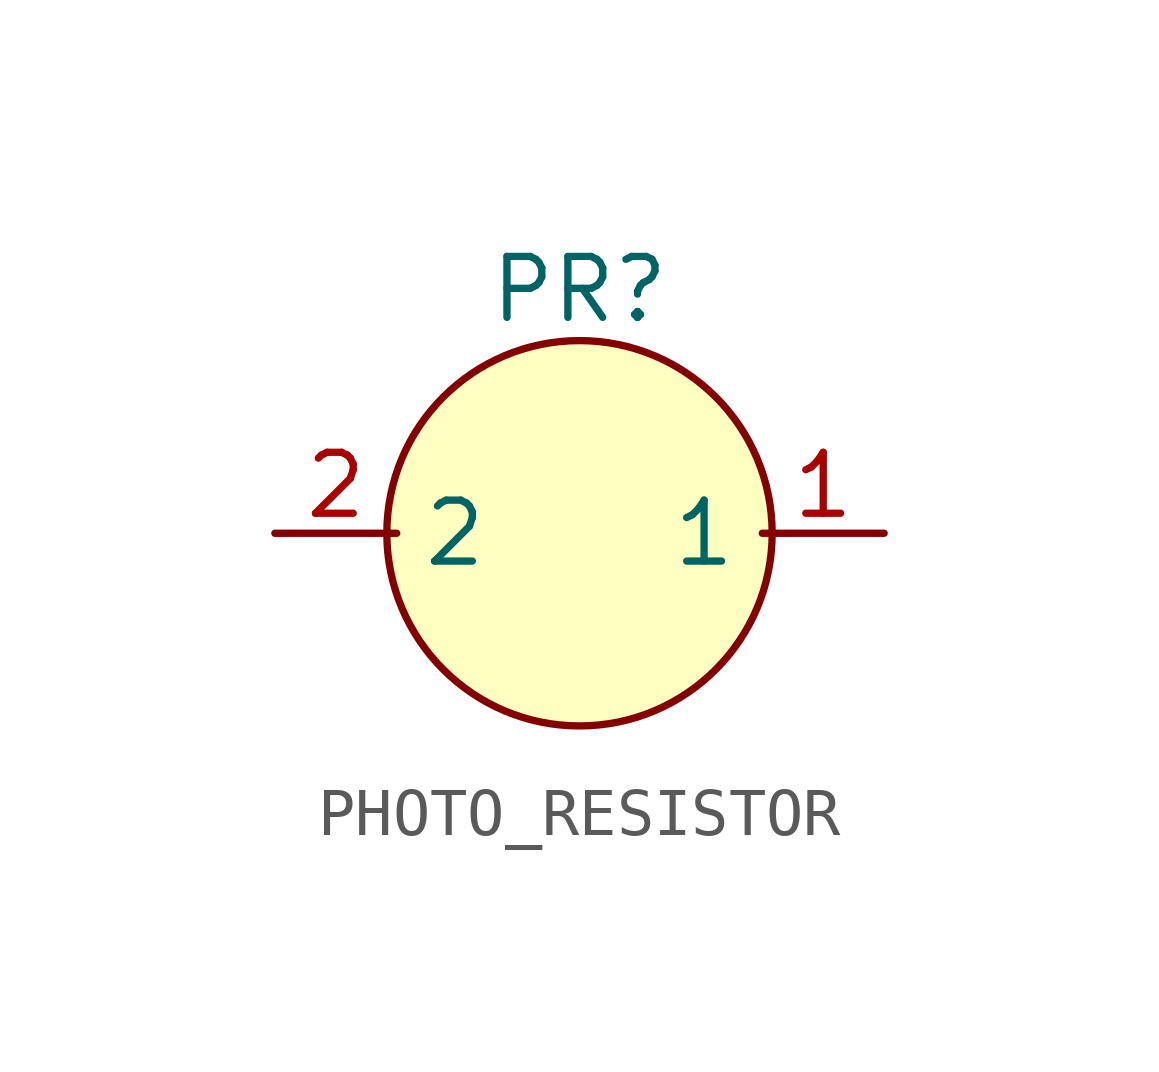
<source format=kicad_sym>
(kicad_symbol_lib
  (version 20220914)
  (generator kicad_symbol_editor)
  (symbol "PHOTO_RESISTOR"
    (property "Reference" "PR"
      (at 0 5.08 0)
      (effects (font (size 1.27 1.27))))
    (property "Value" ""
      (at 0 0 0)
      (effects (font (size 1.27 1.27))))
    (symbol "PHOTO_RESISTOR_1_1"
      (circle (center 0 0) (radius 4.016) (stroke (width 0) (type default)) (fill (type background)))
      (pin input line (at 6.35 0 180) (length 2.54) (name "1" (effects (font (size 1.27 1.27)))) (number "1" (effects (font (size 1.27 1.27)))))
      (pin input line (at -6.35 0 0) (length 2.54) (name "2" (effects (font (size 1.27 1.27)))) (number "2" (effects (font (size 1.27 1.27))))))))
</source>
